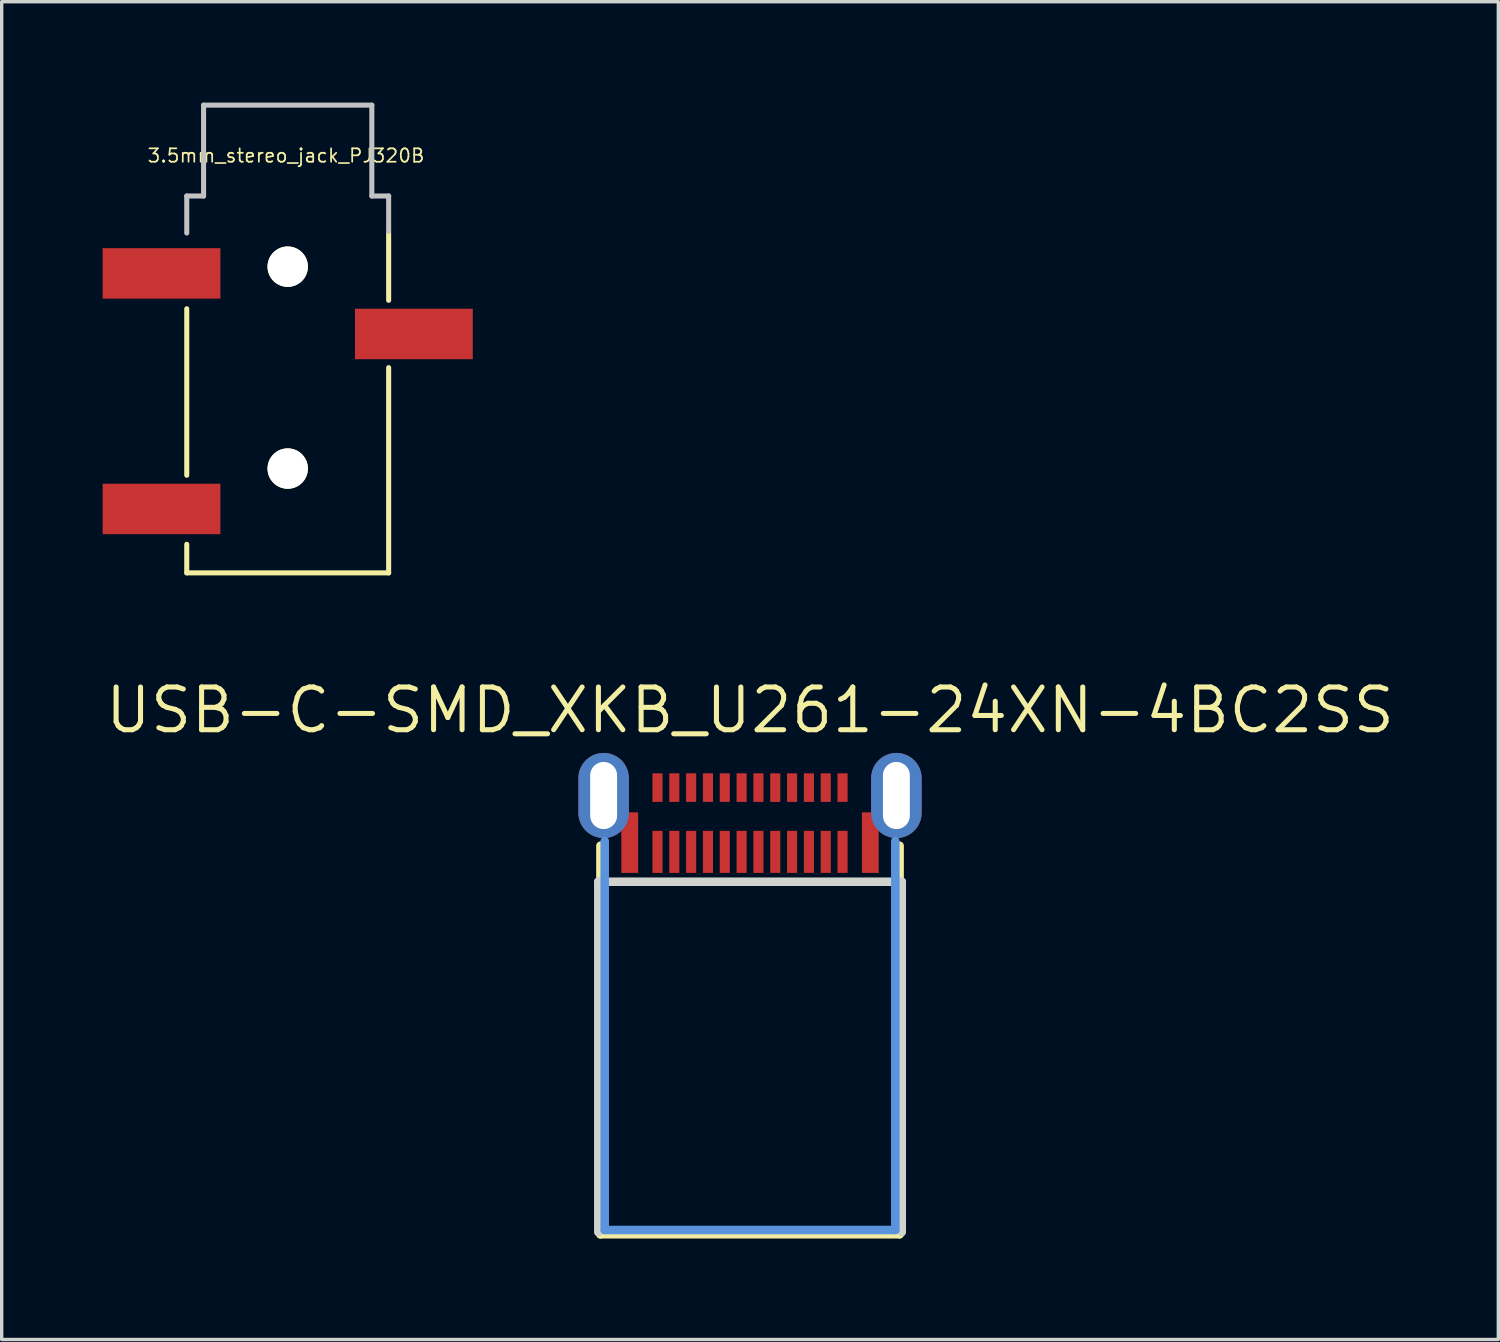
<source format=kicad_pcb>
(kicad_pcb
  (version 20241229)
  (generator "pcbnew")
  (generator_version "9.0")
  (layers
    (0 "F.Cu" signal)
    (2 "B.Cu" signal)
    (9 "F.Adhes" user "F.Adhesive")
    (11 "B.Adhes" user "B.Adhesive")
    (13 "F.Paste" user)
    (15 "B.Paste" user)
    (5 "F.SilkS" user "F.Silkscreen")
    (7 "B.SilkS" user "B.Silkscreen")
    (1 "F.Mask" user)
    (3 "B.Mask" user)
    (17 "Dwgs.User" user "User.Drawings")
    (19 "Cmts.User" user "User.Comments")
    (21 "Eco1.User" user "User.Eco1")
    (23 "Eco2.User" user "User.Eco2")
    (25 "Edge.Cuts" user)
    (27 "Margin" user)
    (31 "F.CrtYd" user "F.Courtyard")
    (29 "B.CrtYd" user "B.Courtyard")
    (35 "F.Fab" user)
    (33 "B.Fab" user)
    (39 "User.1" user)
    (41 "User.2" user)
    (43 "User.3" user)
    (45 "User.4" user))
  (footprint "USB-C-SMD_XKB_U261-24XN-4BC2SS"
    (layer "F.Cu")
    (at 19.239 21.311)
    (property "Reference" "USB-C-SMD_XKB_U261-24XN-4BC2SS" (at 0 -3.255 0) (layer "F.SilkS") (effects (font (size 1.27 1.27) (thickness 0.15))))
    (attr smd)
    (fp_line (start -4.445 0.771) (end -4.445 12.319) (stroke (width 0.254) (type solid)) (layer "F.SilkS"))
    (fp_line (start -4.445 12.319) (end 4.445 12.319) (stroke (width 0.254) (type solid)) (layer "F.SilkS"))
    (fp_line (start 4.445 12.319) (end 4.445 0.771) (stroke (width 0.254) (type solid)) (layer "F.SilkS"))
    (fp_poly (pts (xy -2.9 -1.38) (xy -2.9 -0.53) (xy -2.6 -0.53) (xy -2.6 -1.38)) (stroke (width 0) (type solid)) (fill yes) (layer "F.Paste"))
    (fp_poly (pts (xy -2.9 0.33) (xy -2.9 1.58) (xy -2.6 1.58) (xy -2.6 0.33)) (stroke (width 0) (type solid)) (fill yes) (layer "F.Paste"))
    (fp_poly (pts (xy -2.4 -1.38) (xy -2.4 -0.53) (xy -2.1 -0.53) (xy -2.1 -1.38)) (stroke (width 0) (type solid)) (fill yes) (layer "F.Paste"))
    (fp_poly (pts (xy -2.4 0.33) (xy -2.4 1.58) (xy -2.1 1.58) (xy -2.1 0.33)) (stroke (width 0) (type solid)) (fill yes) (layer "F.Paste"))
    (fp_poly (pts (xy -1.6 -0.53) (xy -1.6 -1.38) (xy -1.9 -1.38) (xy -1.9 -0.53)) (stroke (width 0) (type solid)) (fill yes) (layer "F.Paste"))
    (fp_poly (pts (xy -1.6 1.58) (xy -1.6 0.33) (xy -1.9 0.33) (xy -1.9 1.58)) (stroke (width 0) (type solid)) (fill yes) (layer "F.Paste"))
    (fp_poly (pts (xy -1.1 -0.53) (xy -1.1 -1.38) (xy -1.4 -1.38) (xy -1.4 -0.53)) (stroke (width 0) (type solid)) (fill yes) (layer "F.Paste"))
    (fp_poly (pts (xy -1.1 1.58) (xy -1.1 0.33) (xy -1.4 0.33) (xy -1.4 1.58)) (stroke (width 0) (type solid)) (fill yes) (layer "F.Paste"))
    (fp_poly (pts (xy -0.9 0.33) (xy -0.9 1.58) (xy -0.6 1.58) (xy -0.6 0.33)) (stroke (width 0) (type solid)) (fill yes) (layer "F.Paste"))
    (fp_poly (pts (xy -0.6 -0.53) (xy -0.6 -1.38) (xy -0.9 -1.38) (xy -0.9 -0.53)) (stroke (width 0) (type solid)) (fill yes) (layer "F.Paste"))
    (fp_poly (pts (xy -0.1 -0.53) (xy -0.1 -1.38) (xy -0.4 -1.38) (xy -0.4 -0.53)) (stroke (width 0) (type solid)) (fill yes) (layer "F.Paste"))
    (fp_poly (pts (xy -0.1 1.58) (xy -0.1 0.33) (xy -0.4 0.33) (xy -0.4 1.58)) (stroke (width 0) (type solid)) (fill yes) (layer "F.Paste"))
    (fp_poly (pts (xy 0.4 -0.53) (xy 0.4 -1.38) (xy 0.1 -1.38) (xy 0.1 -0.53)) (stroke (width 0) (type solid)) (fill yes) (layer "F.Paste"))
    (fp_poly (pts (xy 0.4 1.58) (xy 0.4 0.33) (xy 0.1 0.33) (xy 0.1 1.58)) (stroke (width 0) (type solid)) (fill yes) (layer "F.Paste"))
    (fp_poly (pts (xy 0.9 -0.53) (xy 0.9 -1.38) (xy 0.6 -1.38) (xy 0.6 -0.53)) (stroke (width 0) (type solid)) (fill yes) (layer "F.Paste"))
    (fp_poly (pts (xy 0.9 1.58) (xy 0.9 0.33) (xy 0.6 0.33) (xy 0.6 1.58)) (stroke (width 0) (type solid)) (fill yes) (layer "F.Paste"))
    (fp_poly (pts (xy 1.1 -1.38) (xy 1.1 -0.53) (xy 1.4 -0.53) (xy 1.4 -1.38)) (stroke (width 0) (type solid)) (fill yes) (layer "F.Paste"))
    (fp_poly (pts (xy 1.4 1.58) (xy 1.4 0.33) (xy 1.1 0.33) (xy 1.1 1.58)) (stroke (width 0) (type solid)) (fill yes) (layer "F.Paste"))
    (fp_poly (pts (xy 1.6 -1.38) (xy 1.6 -0.53) (xy 1.9 -0.53) (xy 1.9 -1.38)) (stroke (width 0) (type solid)) (fill yes) (layer "F.Paste"))
    (fp_poly (pts (xy 1.9 1.58) (xy 1.9 0.33) (xy 1.6 0.33) (xy 1.6 1.58)) (stroke (width 0) (type solid)) (fill yes) (layer "F.Paste"))
    (fp_poly (pts (xy 2.1 -1.38) (xy 2.1 -0.53) (xy 2.4 -0.53) (xy 2.4 -1.38)) (stroke (width 0) (type solid)) (fill yes) (layer "F.Paste"))
    (fp_poly (pts (xy 2.4 1.58) (xy 2.4 0.33) (xy 2.1 0.33) (xy 2.1 1.58)) (stroke (width 0) (type solid)) (fill yes) (layer "F.Paste"))
    (fp_poly (pts (xy 2.9 -0.53) (xy 2.9 -1.38) (xy 2.6 -1.38) (xy 2.6 -0.53)) (stroke (width 0) (type solid)) (fill yes) (layer "F.Paste"))
    (fp_poly (pts (xy 2.9 1.58) (xy 2.9 0.33) (xy 2.6 0.33) (xy 2.6 1.58)) (stroke (width 0) (type solid)) (fill yes) (layer "F.Paste"))
    (fp_poly (pts (xy -4.369 -1.985) (xy -4.406 -1.983) (xy -4.443 -1.979) (xy -4.48 -1.974) (xy -4.517 -1.966) (xy -4.553 -1.957) (xy -4.589 -1.946) (xy -4.624 -1.933) (xy -4.658 -1.919) (xy -4.692 -1.902) (xy -4.725 -1.885) (xy -4.757 -1.865) (xy -4.788 -1.844) (xy -4.818 -1.821) (xy -4.846 -1.797) (xy -4.874 -1.772) (xy -4.9 -1.745) (xy -4.925 -1.717) (xy -4.948 -1.688) (xy -4.97 -1.658) (xy -4.99 -1.626) (xy -5.009 -1.594) (xy -5.026 -1.56) (xy -5.041 -1.526) (xy -5.055 -1.492) (xy -5.067 -1.456) (xy -5.077 -1.42) (xy -5.085 -1.384) (xy -5.092 -1.347) (xy -5.096 -1.31) (xy -5.099 -1.272) (xy -5.1 -1.235) (xy -5.1 -0.205) (xy -5.099 -0.168) (xy -5.096 -0.13) (xy -5.092 -0.093) (xy -5.085 -0.056) (xy -5.077 -0.02) (xy -5.067 0.016) (xy -5.055 0.051) (xy -5.041 0.086) (xy -5.026 0.12) (xy -5.009 0.154) (xy -4.99 0.186) (xy -4.97 0.217) (xy -4.948 0.248) (xy -4.925 0.277) (xy -4.9 0.305) (xy -4.874 0.332) (xy -4.846 0.357) (xy -4.818 0.381) (xy -4.788 0.404) (xy -4.757 0.425) (xy -4.725 0.444) (xy -4.692 0.462) (xy -4.658 0.479) (xy -4.624 0.493) (xy -4.589 0.506) (xy -4.553 0.517) (xy -4.517 0.526) (xy -4.48 0.534) (xy -4.443 0.539) (xy -4.406 0.543) (xy -4.369 0.545) (xy -4.331 0.545) (xy -4.294 0.543) (xy -4.257 0.539) (xy -4.22 0.534) (xy -4.183 0.526) (xy -4.147 0.517) (xy -4.111 0.506) (xy -4.076 0.493) (xy -4.042 0.479) (xy -4.008 0.462) (xy -3.975 0.444) (xy -3.943 0.425) (xy -3.912 0.404) (xy -3.882 0.381) (xy -3.854 0.357) (xy -3.826 0.332) (xy -3.825 0.33) (xy -3.825 1.58) (xy -3.325 1.58) (xy -3.325 -0.22) (xy -3.6 -0.22) (xy -3.6 -1.235) (xy -3.601 -1.272) (xy -3.604 -1.31) (xy -3.608 -1.347) (xy -3.615 -1.384) (xy -3.623 -1.42) (xy -3.633 -1.456) (xy -3.645 -1.492) (xy -3.659 -1.526) (xy -3.674 -1.56) (xy -3.691 -1.594) (xy -3.71 -1.626) (xy -3.73 -1.658) (xy -3.752 -1.688) (xy -3.775 -1.717) (xy -3.8 -1.745) (xy -3.826 -1.772) (xy -3.854 -1.797) (xy -3.882 -1.821) (xy -3.912 -1.844) (xy -3.943 -1.865) (xy -3.975 -1.885) (xy -4.008 -1.902) (xy -4.042 -1.919) (xy -4.076 -1.933) (xy -4.111 -1.946) (xy -4.147 -1.957) (xy -4.183 -1.966) (xy -4.22 -1.974) (xy -4.257 -1.979) (xy -4.294 -1.983) (xy -4.331 -1.985)) (stroke (width 0) (type solid)) (fill yes) (layer "F.Paste"))
    (fp_poly (pts (xy 4.406 -1.983) (xy 4.369 -1.985) (xy 4.331 -1.985) (xy 4.294 -1.983) (xy 4.257 -1.979) (xy 4.22 -1.974) (xy 4.183 -1.966) (xy 4.147 -1.957) (xy 4.111 -1.946) (xy 4.076 -1.933) (xy 4.042 -1.919) (xy 4.008 -1.902) (xy 3.975 -1.885) (xy 3.943 -1.865) (xy 3.912 -1.844) (xy 3.882 -1.821) (xy 3.854 -1.797) (xy 3.826 -1.772) (xy 3.8 -1.745) (xy 3.775 -1.717) (xy 3.752 -1.688) (xy 3.73 -1.658) (xy 3.71 -1.626) (xy 3.691 -1.594) (xy 3.674 -1.56) (xy 3.659 -1.526) (xy 3.645 -1.492) (xy 3.633 -1.456) (xy 3.623 -1.42) (xy 3.615 -1.384) (xy 3.608 -1.347) (xy 3.604 -1.31) (xy 3.601 -1.272) (xy 3.6 -1.235) (xy 3.6 -0.22) (xy 3.325 -0.22) (xy 3.325 1.58) (xy 3.825 1.58) (xy 3.825 0.331) (xy 3.826 0.332) (xy 3.854 0.357) (xy 3.882 0.381) (xy 3.912 0.404) (xy 3.943 0.425) (xy 3.975 0.444) (xy 4.008 0.462) (xy 4.042 0.479) (xy 4.076 0.493) (xy 4.111 0.506) (xy 4.147 0.517) (xy 4.183 0.526) (xy 4.22 0.534) (xy 4.257 0.539) (xy 4.294 0.543) (xy 4.331 0.545) (xy 4.369 0.545) (xy 4.406 0.543) (xy 4.443 0.539) (xy 4.48 0.534) (xy 4.517 0.526) (xy 4.553 0.517) (xy 4.589 0.506) (xy 4.624 0.493) (xy 4.658 0.479) (xy 4.692 0.462) (xy 4.725 0.444) (xy 4.757 0.425) (xy 4.788 0.404) (xy 4.818 0.381) (xy 4.846 0.357) (xy 4.874 0.332) (xy 4.9 0.305) (xy 4.925 0.277) (xy 4.948 0.248) (xy 4.97 0.217) (xy 4.99 0.186) (xy 5.009 0.154) (xy 5.026 0.12) (xy 5.041 0.086) (xy 5.055 0.051) (xy 5.067 0.016) (xy 5.077 -0.02) (xy 5.085 -0.056) (xy 5.092 -0.093) (xy 5.096 -0.13) (xy 5.099 -0.168) (xy 5.1 -0.205) (xy 5.1 -1.235) (xy 5.099 -1.272) (xy 5.096 -1.31) (xy 5.092 -1.347) (xy 5.085 -1.384) (xy 5.077 -1.42) (xy 5.067 -1.456) (xy 5.055 -1.492) (xy 5.041 -1.526) (xy 5.026 -1.56) (xy 5.009 -1.594) (xy 4.99 -1.626) (xy 4.97 -1.658) (xy 4.948 -1.688) (xy 4.925 -1.717) (xy 4.9 -1.745) (xy 4.874 -1.772) (xy 4.846 -1.797) (xy 4.818 -1.821) (xy 4.788 -1.844) (xy 4.757 -1.865) (xy 4.725 -1.885) (xy 4.692 -1.902) (xy 4.658 -1.919) (xy 4.624 -1.933) (xy 4.589 -1.946) (xy 4.553 -1.957) (xy 4.517 -1.966) (xy 4.48 -1.974) (xy 4.443 -1.979)) (stroke (width 0) (type solid)) (fill yes) (layer "F.Paste"))
    (fp_line (start -4.318 0.635) (end -4.318 12.192) (stroke (width 0.254) (type solid)) (layer "Cmts.User"))
    (fp_line (start -4.318 12.192) (end 4.318 12.192) (stroke (width 0.254) (type solid)) (layer "Cmts.User"))
    (fp_line (start 4.318 12.192) (end 4.318 0.635) (stroke (width 0.254) (type solid)) (layer "Cmts.User"))
    (fp_line (start -4.508 1.843) (end -4.508 12.257) (stroke (width 0.254) (type solid)) (layer "Edge.Cuts"))
    (fp_line (start -4.508 1.843) (end 4.509 1.843) (stroke (width 0.254) (type solid)) (layer "Edge.Cuts"))
    (fp_line (start 4.509 1.843) (end 4.509 12.257) (stroke (width 0.254) (type solid)) (layer "Edge.Cuts"))
    (fp_text user "" (at 0 0 0) (layer "Cmts.User") (effects (font (size 1 1) (thickness 0.15))))
    (pad "25" smd rect (at 3.575 0.68) (size 0.5 1.8) (layers "F.Cu" "F.Mask" "F.Paste"))
    (pad "25" thru_hole oval (at 4.35 -0.72) (size 1.5 2.53) (drill oval 0.8 1.995) (layers "*.Cu" "*.Paste" "*.Mask"))
    (pad "26" thru_hole oval (at -4.35 -0.72) (size 1.5 2.53) (drill oval 0.8 1.995) (layers "*.Cu" "*.Paste" "*.Mask"))
    (pad "26" smd rect (at -3.575 0.68) (size 0.5 1.8) (layers "F.Cu" "F.Mask" "F.Paste"))
    (pad "A1" smd rect (at 2.75 -0.955) (size 0.3 0.85) (layers "F.Cu" "F.Mask" "F.Paste"))
    (pad "A2" smd rect (at 2.25 -0.955) (size 0.3 0.85) (layers "F.Cu" "F.Mask" "F.Paste"))
    (pad "A3" smd rect (at 1.75 -0.955) (size 0.3 0.85) (layers "F.Cu" "F.Mask" "F.Paste"))
    (pad "A4" smd rect (at 1.25 -0.955) (size 0.3 0.85) (layers "F.Cu" "F.Mask" "F.Paste"))
    (pad "A5" smd rect (at 0.75 -0.955) (size 0.3 0.85) (layers "F.Cu" "F.Mask" "F.Paste"))
    (pad "A6" smd rect (at 0.25 -0.955) (size 0.3 0.85) (layers "F.Cu" "F.Mask" "F.Paste"))
    (pad "A7" smd rect (at -0.25 -0.955) (size 0.3 0.85) (layers "F.Cu" "F.Mask" "F.Paste"))
    (pad "A8" smd rect (at -0.75 -0.955) (size 0.3 0.85) (layers "F.Cu" "F.Mask" "F.Paste"))
    (pad "A9" smd rect (at -1.25 -0.955) (size 0.3 0.85) (layers "F.Cu" "F.Mask" "F.Paste"))
    (pad "A10" smd rect (at -1.75 -0.955) (size 0.3 0.85) (layers "F.Cu" "F.Mask" "F.Paste"))
    (pad "A11" smd rect (at -2.25 -0.955) (size 0.3 0.85) (layers "F.Cu" "F.Mask" "F.Paste"))
    (pad "A12" smd rect (at -2.75 -0.955) (size 0.3 0.85) (layers "F.Cu" "F.Mask" "F.Paste"))
    (pad "B1" smd rect (at -2.75 0.955) (size 0.3 1.25) (layers "F.Cu" "F.Mask" "F.Paste"))
    (pad "B2" smd rect (at -2.25 0.955) (size 0.3 1.25) (layers "F.Cu" "F.Mask" "F.Paste"))
    (pad "B3" smd rect (at -1.75 0.955) (size 0.3 1.25) (layers "F.Cu" "F.Mask" "F.Paste"))
    (pad "B4" smd rect (at -1.25 0.955) (size 0.3 1.25) (layers "F.Cu" "F.Mask" "F.Paste"))
    (pad "B5" smd rect (at -0.75 0.955) (size 0.3 1.25) (layers "F.Cu" "F.Mask" "F.Paste"))
    (pad "B6" smd rect (at -0.25 0.955) (size 0.3 1.25) (layers "F.Cu" "F.Mask" "F.Paste"))
    (pad "B7" smd rect (at 0.25 0.955) (size 0.3 1.25) (layers "F.Cu" "F.Mask" "F.Paste"))
    (pad "B8" smd rect (at 0.75 0.955) (size 0.3 1.25) (layers "F.Cu" "F.Mask" "F.Paste"))
    (pad "B9" smd rect (at 1.25 0.955) (size 0.3 1.25) (layers "F.Cu" "F.Mask" "F.Paste"))
    (pad "B10" smd rect (at 1.75 0.955) (size 0.3 1.25) (layers "F.Cu" "F.Mask" "F.Paste"))
    (pad "B11" smd rect (at 2.25 0.955) (size 0.3 1.25) (layers "F.Cu" "F.Mask" "F.Paste"))
    (pad "B12" smd rect (at 2.75 0.955) (size 0.3 1.25) (layers "F.Cu" "F.Mask" "F.Paste")))
  (footprint "3.5mm_stereo_jack_PJ320B"
    (layer "F.Cu")
    (at 5.5 4.875)
    (property "Reference" "3.5mm_stereo_jack_PJ320B" (at -0.05 -3.3 0) (layer "F.SilkS") (effects (font (size 0.399 0.399) (thickness 0.051))))
    (attr through_hole)
    (fp_line (start -3 1.25) (end -3 6.2) (stroke (width 0.15) (type solid)) (layer "F.SilkS"))
    (fp_line (start -3 9.1) (end -3 8.25) (stroke (width 0.15) (type solid)) (layer "F.SilkS"))
    (fp_line (start 3 -1) (end 3 1) (stroke (width 0.15) (type solid)) (layer "F.SilkS"))
    (fp_line (start 3 3) (end 3 9.1) (stroke (width 0.15) (type solid)) (layer "F.SilkS"))
    (fp_line (start 3 9.1) (end -3 9.1) (stroke (width 0.15) (type solid)) (layer "F.SilkS"))
    (fp_line (start -3 -2.1) (end -2.5 -2.1) (stroke (width 0.15) (type solid)) (layer "Dwgs.User"))
    (fp_line (start -3 -1) (end -3 -2.1) (stroke (width 0.15) (type solid)) (layer "Dwgs.User"))
    (fp_line (start -2.5 -4.8) (end 2.5 -4.8) (stroke (width 0.15) (type solid)) (layer "Dwgs.User"))
    (fp_line (start -2.5 -2.1) (end -2.5 -4.8) (stroke (width 0.15) (type solid)) (layer "Dwgs.User"))
    (fp_line (start 2.5 -4.8) (end 2.5 -2.1) (stroke (width 0.15) (type solid)) (layer "Dwgs.User"))
    (fp_line (start 2.5 -2.1) (end 3 -2.1) (stroke (width 0.15) (type solid)) (layer "Dwgs.User"))
    (fp_line (start 3 -2.1) (end 3 -1.05) (stroke (width 0.15) (type solid)) (layer "Dwgs.User"))
    (pad "" np_thru_hole circle (at 0 0) (size 1.2 1.2) (drill 1.2) (layers "*.Cu" "*.Mask" "F.SilkS"))
    (pad "" np_thru_hole circle (at 0 6) (size 1.2 1.2) (drill 1.2) (layers "*.Cu" "*.Mask" "F.SilkS"))
    (pad "1" smd rect (at -3.75 0.2) (size 3.5 1.5) (layers "F.Cu" "F.Mask" "F.Paste"))
    (pad "2" smd rect (at -3.75 7.2) (size 3.5 1.5) (layers "F.Cu" "F.Mask" "F.Paste"))
    (pad "3" smd rect (at 3.75 2) (size 3.5 1.5) (layers "F.Cu" "F.Mask" "F.Paste")))
  (gr_rect
    (start -3 -3)
    (end 41.477 36.757)
    (stroke (width 0.1) (type default))
    (fill no)
    (layer "Edge.Cuts")))
</source>
